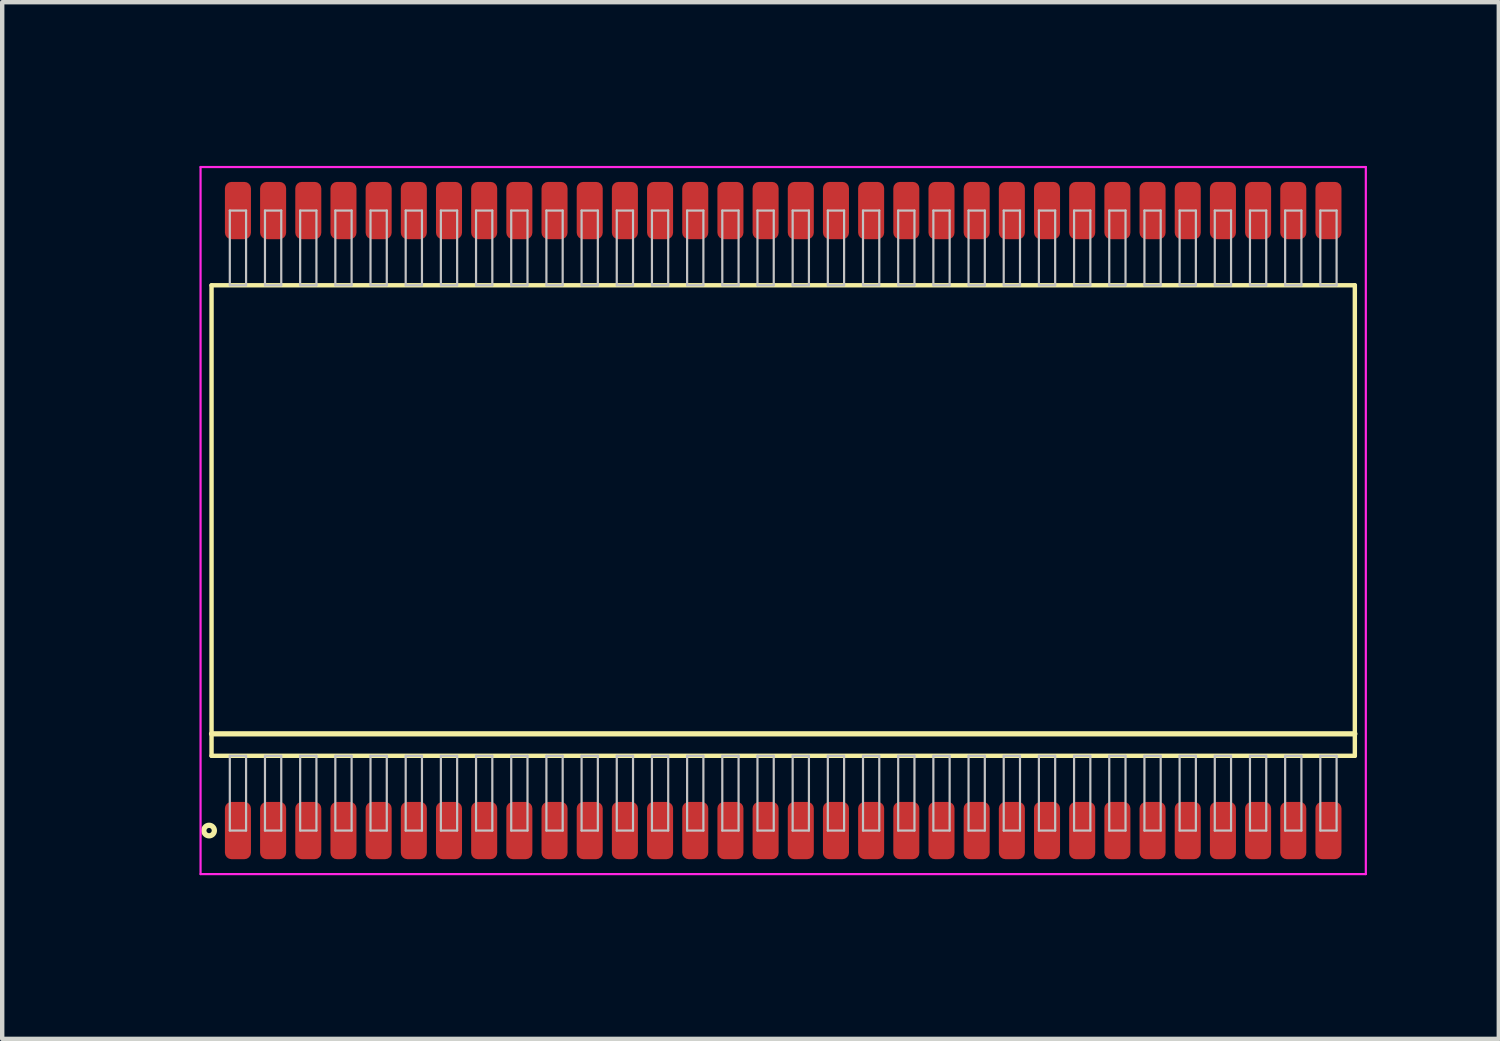
<source format=kicad_pcb>
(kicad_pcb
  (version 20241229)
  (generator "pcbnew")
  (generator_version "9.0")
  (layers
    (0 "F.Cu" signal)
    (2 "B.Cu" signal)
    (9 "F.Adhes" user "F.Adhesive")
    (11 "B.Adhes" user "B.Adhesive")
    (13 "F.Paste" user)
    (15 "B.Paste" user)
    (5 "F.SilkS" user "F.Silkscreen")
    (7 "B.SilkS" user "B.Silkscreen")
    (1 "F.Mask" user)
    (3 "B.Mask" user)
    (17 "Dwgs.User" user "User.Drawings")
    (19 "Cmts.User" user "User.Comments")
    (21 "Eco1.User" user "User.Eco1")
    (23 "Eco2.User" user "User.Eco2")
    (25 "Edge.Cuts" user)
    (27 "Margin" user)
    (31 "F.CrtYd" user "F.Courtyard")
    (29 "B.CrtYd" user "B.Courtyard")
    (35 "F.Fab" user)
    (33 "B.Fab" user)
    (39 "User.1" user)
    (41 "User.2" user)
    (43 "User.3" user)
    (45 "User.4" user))
  (footprint "SOP80P2600x1410-64"
    (layer "F.Cu")
    (at 14.761 8.788)
    (property "Reference" "SOP80P2600x1410-64" (at -14 0 90) (layer "User.1") (effects (font (size 1 1) (thickness 0.1))))
    (attr through_hole)
    (fp_line (start -13 -5.35) (end -13 5.35) (stroke (width 0.1) (type solid)) (layer "F.SilkS"))
    (fp_line (start -13 4.85) (end 13 4.85) (stroke (width 0.12) (type solid)) (layer "F.SilkS"))
    (fp_line (start -13 5.35) (end 13 5.35) (stroke (width 0.1) (type solid)) (layer "F.SilkS"))
    (fp_line (start 13 -5.35) (end -13 -5.35) (stroke (width 0.1) (type solid)) (layer "F.SilkS"))
    (fp_line (start 13 5.35) (end 13 -5.35) (stroke (width 0.1) (type solid)) (layer "F.SilkS"))
    (fp_circle (center -13.056 7.05) (end -12.936 7.05) (stroke (width 0.12) (type solid)) (fill no) (layer "F.SilkS"))
    (fp_line (start -12.585 -7.05) (end -12.585 -5.35) (stroke (width 0.05) (type solid)) (layer "Dwgs.User"))
    (fp_line (start -12.585 -5.35) (end -12.215 -5.35) (stroke (width 0.05) (type solid)) (layer "Dwgs.User"))
    (fp_line (start -12.585 5.35) (end -12.215 5.35) (stroke (width 0.05) (type solid)) (layer "Dwgs.User"))
    (fp_line (start -12.585 7.05) (end -12.585 5.35) (stroke (width 0.05) (type solid)) (layer "Dwgs.User"))
    (fp_line (start -12.215 -7.05) (end -12.585 -7.05) (stroke (width 0.05) (type solid)) (layer "Dwgs.User"))
    (fp_line (start -12.215 -5.35) (end -12.215 -7.05) (stroke (width 0.05) (type solid)) (layer "Dwgs.User"))
    (fp_line (start -12.215 5.35) (end -12.215 7.05) (stroke (width 0.05) (type solid)) (layer "Dwgs.User"))
    (fp_line (start -12.215 7.05) (end -12.585 7.05) (stroke (width 0.05) (type solid)) (layer "Dwgs.User"))
    (fp_line (start -11.785 -7.05) (end -11.785 -5.35) (stroke (width 0.05) (type solid)) (layer "Dwgs.User"))
    (fp_line (start -11.785 -5.35) (end -11.415 -5.35) (stroke (width 0.05) (type solid)) (layer "Dwgs.User"))
    (fp_line (start -11.785 5.35) (end -11.415 5.35) (stroke (width 0.05) (type solid)) (layer "Dwgs.User"))
    (fp_line (start -11.785 7.05) (end -11.785 5.35) (stroke (width 0.05) (type solid)) (layer "Dwgs.User"))
    (fp_line (start -11.415 -7.05) (end -11.785 -7.05) (stroke (width 0.05) (type solid)) (layer "Dwgs.User"))
    (fp_line (start -11.415 -5.35) (end -11.415 -7.05) (stroke (width 0.05) (type solid)) (layer "Dwgs.User"))
    (fp_line (start -11.415 5.35) (end -11.415 7.05) (stroke (width 0.05) (type solid)) (layer "Dwgs.User"))
    (fp_line (start -11.415 7.05) (end -11.785 7.05) (stroke (width 0.05) (type solid)) (layer "Dwgs.User"))
    (fp_line (start -10.985 -7.05) (end -10.985 -5.35) (stroke (width 0.05) (type solid)) (layer "Dwgs.User"))
    (fp_line (start -10.985 -5.35) (end -10.615 -5.35) (stroke (width 0.05) (type solid)) (layer "Dwgs.User"))
    (fp_line (start -10.985 5.35) (end -10.615 5.35) (stroke (width 0.05) (type solid)) (layer "Dwgs.User"))
    (fp_line (start -10.985 7.05) (end -10.985 5.35) (stroke (width 0.05) (type solid)) (layer "Dwgs.User"))
    (fp_line (start -10.615 -7.05) (end -10.985 -7.05) (stroke (width 0.05) (type solid)) (layer "Dwgs.User"))
    (fp_line (start -10.615 -5.35) (end -10.615 -7.05) (stroke (width 0.05) (type solid)) (layer "Dwgs.User"))
    (fp_line (start -10.615 5.35) (end -10.615 7.05) (stroke (width 0.05) (type solid)) (layer "Dwgs.User"))
    (fp_line (start -10.615 7.05) (end -10.985 7.05) (stroke (width 0.05) (type solid)) (layer "Dwgs.User"))
    (fp_line (start -10.185 -7.05) (end -10.185 -5.35) (stroke (width 0.05) (type solid)) (layer "Dwgs.User"))
    (fp_line (start -10.185 -5.35) (end -9.815 -5.35) (stroke (width 0.05) (type solid)) (layer "Dwgs.User"))
    (fp_line (start -10.185 5.35) (end -9.815 5.35) (stroke (width 0.05) (type solid)) (layer "Dwgs.User"))
    (fp_line (start -10.185 7.05) (end -10.185 5.35) (stroke (width 0.05) (type solid)) (layer "Dwgs.User"))
    (fp_line (start -9.815 -7.05) (end -10.185 -7.05) (stroke (width 0.05) (type solid)) (layer "Dwgs.User"))
    (fp_line (start -9.815 -5.35) (end -9.815 -7.05) (stroke (width 0.05) (type solid)) (layer "Dwgs.User"))
    (fp_line (start -9.815 5.35) (end -9.815 7.05) (stroke (width 0.05) (type solid)) (layer "Dwgs.User"))
    (fp_line (start -9.815 7.05) (end -10.185 7.05) (stroke (width 0.05) (type solid)) (layer "Dwgs.User"))
    (fp_line (start -9.385 -7.05) (end -9.385 -5.35) (stroke (width 0.05) (type solid)) (layer "Dwgs.User"))
    (fp_line (start -9.385 -5.35) (end -9.015 -5.35) (stroke (width 0.05) (type solid)) (layer "Dwgs.User"))
    (fp_line (start -9.385 5.35) (end -9.015 5.35) (stroke (width 0.05) (type solid)) (layer "Dwgs.User"))
    (fp_line (start -9.385 7.05) (end -9.385 5.35) (stroke (width 0.05) (type solid)) (layer "Dwgs.User"))
    (fp_line (start -9.015 -7.05) (end -9.385 -7.05) (stroke (width 0.05) (type solid)) (layer "Dwgs.User"))
    (fp_line (start -9.015 -5.35) (end -9.015 -7.05) (stroke (width 0.05) (type solid)) (layer "Dwgs.User"))
    (fp_line (start -9.015 5.35) (end -9.015 7.05) (stroke (width 0.05) (type solid)) (layer "Dwgs.User"))
    (fp_line (start -9.015 7.05) (end -9.385 7.05) (stroke (width 0.05) (type solid)) (layer "Dwgs.User"))
    (fp_line (start -8.585 -7.05) (end -8.585 -5.35) (stroke (width 0.05) (type solid)) (layer "Dwgs.User"))
    (fp_line (start -8.585 -5.35) (end -8.215 -5.35) (stroke (width 0.05) (type solid)) (layer "Dwgs.User"))
    (fp_line (start -8.585 5.35) (end -8.215 5.35) (stroke (width 0.05) (type solid)) (layer "Dwgs.User"))
    (fp_line (start -8.585 7.05) (end -8.585 5.35) (stroke (width 0.05) (type solid)) (layer "Dwgs.User"))
    (fp_line (start -8.215 -7.05) (end -8.585 -7.05) (stroke (width 0.05) (type solid)) (layer "Dwgs.User"))
    (fp_line (start -8.215 -5.35) (end -8.215 -7.05) (stroke (width 0.05) (type solid)) (layer "Dwgs.User"))
    (fp_line (start -8.215 5.35) (end -8.215 7.05) (stroke (width 0.05) (type solid)) (layer "Dwgs.User"))
    (fp_line (start -8.215 7.05) (end -8.585 7.05) (stroke (width 0.05) (type solid)) (layer "Dwgs.User"))
    (fp_line (start -7.785 -7.05) (end -7.785 -5.35) (stroke (width 0.05) (type solid)) (layer "Dwgs.User"))
    (fp_line (start -7.785 -5.35) (end -7.415 -5.35) (stroke (width 0.05) (type solid)) (layer "Dwgs.User"))
    (fp_line (start -7.785 5.35) (end -7.415 5.35) (stroke (width 0.05) (type solid)) (layer "Dwgs.User"))
    (fp_line (start -7.785 7.05) (end -7.785 5.35) (stroke (width 0.05) (type solid)) (layer "Dwgs.User"))
    (fp_line (start -7.415 -7.05) (end -7.785 -7.05) (stroke (width 0.05) (type solid)) (layer "Dwgs.User"))
    (fp_line (start -7.415 -5.35) (end -7.415 -7.05) (stroke (width 0.05) (type solid)) (layer "Dwgs.User"))
    (fp_line (start -7.415 5.35) (end -7.415 7.05) (stroke (width 0.05) (type solid)) (layer "Dwgs.User"))
    (fp_line (start -7.415 7.05) (end -7.785 7.05) (stroke (width 0.05) (type solid)) (layer "Dwgs.User"))
    (fp_line (start -6.985 -7.05) (end -6.985 -5.35) (stroke (width 0.05) (type solid)) (layer "Dwgs.User"))
    (fp_line (start -6.985 -5.35) (end -6.615 -5.35) (stroke (width 0.05) (type solid)) (layer "Dwgs.User"))
    (fp_line (start -6.985 5.35) (end -6.615 5.35) (stroke (width 0.05) (type solid)) (layer "Dwgs.User"))
    (fp_line (start -6.985 7.05) (end -6.985 5.35) (stroke (width 0.05) (type solid)) (layer "Dwgs.User"))
    (fp_line (start -6.615 -7.05) (end -6.985 -7.05) (stroke (width 0.05) (type solid)) (layer "Dwgs.User"))
    (fp_line (start -6.615 -5.35) (end -6.615 -7.05) (stroke (width 0.05) (type solid)) (layer "Dwgs.User"))
    (fp_line (start -6.615 5.35) (end -6.615 7.05) (stroke (width 0.05) (type solid)) (layer "Dwgs.User"))
    (fp_line (start -6.615 7.05) (end -6.985 7.05) (stroke (width 0.05) (type solid)) (layer "Dwgs.User"))
    (fp_line (start -6.185 -7.05) (end -6.185 -5.35) (stroke (width 0.05) (type solid)) (layer "Dwgs.User"))
    (fp_line (start -6.185 -5.35) (end -5.815 -5.35) (stroke (width 0.05) (type solid)) (layer "Dwgs.User"))
    (fp_line (start -6.185 5.35) (end -5.815 5.35) (stroke (width 0.05) (type solid)) (layer "Dwgs.User"))
    (fp_line (start -6.185 7.05) (end -6.185 5.35) (stroke (width 0.05) (type solid)) (layer "Dwgs.User"))
    (fp_line (start -5.815 -7.05) (end -6.185 -7.05) (stroke (width 0.05) (type solid)) (layer "Dwgs.User"))
    (fp_line (start -5.815 -5.35) (end -5.815 -7.05) (stroke (width 0.05) (type solid)) (layer "Dwgs.User"))
    (fp_line (start -5.815 5.35) (end -5.815 7.05) (stroke (width 0.05) (type solid)) (layer "Dwgs.User"))
    (fp_line (start -5.815 7.05) (end -6.185 7.05) (stroke (width 0.05) (type solid)) (layer "Dwgs.User"))
    (fp_line (start -5.385 -7.05) (end -5.385 -5.35) (stroke (width 0.05) (type solid)) (layer "Dwgs.User"))
    (fp_line (start -5.385 -5.35) (end -5.015 -5.35) (stroke (width 0.05) (type solid)) (layer "Dwgs.User"))
    (fp_line (start -5.385 5.35) (end -5.015 5.35) (stroke (width 0.05) (type solid)) (layer "Dwgs.User"))
    (fp_line (start -5.385 7.05) (end -5.385 5.35) (stroke (width 0.05) (type solid)) (layer "Dwgs.User"))
    (fp_line (start -5.015 -7.05) (end -5.385 -7.05) (stroke (width 0.05) (type solid)) (layer "Dwgs.User"))
    (fp_line (start -5.015 -5.35) (end -5.015 -7.05) (stroke (width 0.05) (type solid)) (layer "Dwgs.User"))
    (fp_line (start -5.015 5.35) (end -5.015 7.05) (stroke (width 0.05) (type solid)) (layer "Dwgs.User"))
    (fp_line (start -5.015 7.05) (end -5.385 7.05) (stroke (width 0.05) (type solid)) (layer "Dwgs.User"))
    (fp_line (start -4.585 -7.05) (end -4.585 -5.35) (stroke (width 0.05) (type solid)) (layer "Dwgs.User"))
    (fp_line (start -4.585 -5.35) (end -4.215 -5.35) (stroke (width 0.05) (type solid)) (layer "Dwgs.User"))
    (fp_line (start -4.585 5.35) (end -4.215 5.35) (stroke (width 0.05) (type solid)) (layer "Dwgs.User"))
    (fp_line (start -4.585 7.05) (end -4.585 5.35) (stroke (width 0.05) (type solid)) (layer "Dwgs.User"))
    (fp_line (start -4.215 -7.05) (end -4.585 -7.05) (stroke (width 0.05) (type solid)) (layer "Dwgs.User"))
    (fp_line (start -4.215 -5.35) (end -4.215 -7.05) (stroke (width 0.05) (type solid)) (layer "Dwgs.User"))
    (fp_line (start -4.215 5.35) (end -4.215 7.05) (stroke (width 0.05) (type solid)) (layer "Dwgs.User"))
    (fp_line (start -4.215 7.05) (end -4.585 7.05) (stroke (width 0.05) (type solid)) (layer "Dwgs.User"))
    (fp_line (start -3.785 -7.05) (end -3.785 -5.35) (stroke (width 0.05) (type solid)) (layer "Dwgs.User"))
    (fp_line (start -3.785 -5.35) (end -3.415 -5.35) (stroke (width 0.05) (type solid)) (layer "Dwgs.User"))
    (fp_line (start -3.785 5.35) (end -3.415 5.35) (stroke (width 0.05) (type solid)) (layer "Dwgs.User"))
    (fp_line (start -3.785 7.05) (end -3.785 5.35) (stroke (width 0.05) (type solid)) (layer "Dwgs.User"))
    (fp_line (start -3.415 -7.05) (end -3.785 -7.05) (stroke (width 0.05) (type solid)) (layer "Dwgs.User"))
    (fp_line (start -3.415 -5.35) (end -3.415 -7.05) (stroke (width 0.05) (type solid)) (layer "Dwgs.User"))
    (fp_line (start -3.415 5.35) (end -3.415 7.05) (stroke (width 0.05) (type solid)) (layer "Dwgs.User"))
    (fp_line (start -3.415 7.05) (end -3.785 7.05) (stroke (width 0.05) (type solid)) (layer "Dwgs.User"))
    (fp_line (start -2.985 -7.05) (end -2.985 -5.35) (stroke (width 0.05) (type solid)) (layer "Dwgs.User"))
    (fp_line (start -2.985 -5.35) (end -2.615 -5.35) (stroke (width 0.05) (type solid)) (layer "Dwgs.User"))
    (fp_line (start -2.985 5.35) (end -2.615 5.35) (stroke (width 0.05) (type solid)) (layer "Dwgs.User"))
    (fp_line (start -2.985 7.05) (end -2.985 5.35) (stroke (width 0.05) (type solid)) (layer "Dwgs.User"))
    (fp_line (start -2.615 -7.05) (end -2.985 -7.05) (stroke (width 0.05) (type solid)) (layer "Dwgs.User"))
    (fp_line (start -2.615 -5.35) (end -2.615 -7.05) (stroke (width 0.05) (type solid)) (layer "Dwgs.User"))
    (fp_line (start -2.615 5.35) (end -2.615 7.05) (stroke (width 0.05) (type solid)) (layer "Dwgs.User"))
    (fp_line (start -2.615 7.05) (end -2.985 7.05) (stroke (width 0.05) (type solid)) (layer "Dwgs.User"))
    (fp_line (start -2.185 -7.05) (end -2.185 -5.35) (stroke (width 0.05) (type solid)) (layer "Dwgs.User"))
    (fp_line (start -2.185 -5.35) (end -1.815 -5.35) (stroke (width 0.05) (type solid)) (layer "Dwgs.User"))
    (fp_line (start -2.185 5.35) (end -1.815 5.35) (stroke (width 0.05) (type solid)) (layer "Dwgs.User"))
    (fp_line (start -2.185 7.05) (end -2.185 5.35) (stroke (width 0.05) (type solid)) (layer "Dwgs.User"))
    (fp_line (start -1.815 -7.05) (end -2.185 -7.05) (stroke (width 0.05) (type solid)) (layer "Dwgs.User"))
    (fp_line (start -1.815 -5.35) (end -1.815 -7.05) (stroke (width 0.05) (type solid)) (layer "Dwgs.User"))
    (fp_line (start -1.815 5.35) (end -1.815 7.05) (stroke (width 0.05) (type solid)) (layer "Dwgs.User"))
    (fp_line (start -1.815 7.05) (end -2.185 7.05) (stroke (width 0.05) (type solid)) (layer "Dwgs.User"))
    (fp_line (start -1.385 -7.05) (end -1.385 -5.35) (stroke (width 0.05) (type solid)) (layer "Dwgs.User"))
    (fp_line (start -1.385 -5.35) (end -1.015 -5.35) (stroke (width 0.05) (type solid)) (layer "Dwgs.User"))
    (fp_line (start -1.385 5.35) (end -1.015 5.35) (stroke (width 0.05) (type solid)) (layer "Dwgs.User"))
    (fp_line (start -1.385 7.05) (end -1.385 5.35) (stroke (width 0.05) (type solid)) (layer "Dwgs.User"))
    (fp_line (start -1.015 -7.05) (end -1.385 -7.05) (stroke (width 0.05) (type solid)) (layer "Dwgs.User"))
    (fp_line (start -1.015 -5.35) (end -1.015 -7.05) (stroke (width 0.05) (type solid)) (layer "Dwgs.User"))
    (fp_line (start -1.015 5.35) (end -1.015 7.05) (stroke (width 0.05) (type solid)) (layer "Dwgs.User"))
    (fp_line (start -1.015 7.05) (end -1.385 7.05) (stroke (width 0.05) (type solid)) (layer "Dwgs.User"))
    (fp_line (start -0.585 -7.05) (end -0.585 -5.35) (stroke (width 0.05) (type solid)) (layer "Dwgs.User"))
    (fp_line (start -0.585 -5.35) (end -0.215 -5.35) (stroke (width 0.05) (type solid)) (layer "Dwgs.User"))
    (fp_line (start -0.585 5.35) (end -0.215 5.35) (stroke (width 0.05) (type solid)) (layer "Dwgs.User"))
    (fp_line (start -0.585 7.05) (end -0.585 5.35) (stroke (width 0.05) (type solid)) (layer "Dwgs.User"))
    (fp_line (start -0.215 -7.05) (end -0.585 -7.05) (stroke (width 0.05) (type solid)) (layer "Dwgs.User"))
    (fp_line (start -0.215 -5.35) (end -0.215 -7.05) (stroke (width 0.05) (type solid)) (layer "Dwgs.User"))
    (fp_line (start -0.215 5.35) (end -0.215 7.05) (stroke (width 0.05) (type solid)) (layer "Dwgs.User"))
    (fp_line (start -0.215 7.05) (end -0.585 7.05) (stroke (width 0.05) (type solid)) (layer "Dwgs.User"))
    (fp_line (start 0.215 -7.05) (end 0.215 -5.35) (stroke (width 0.05) (type solid)) (layer "Dwgs.User"))
    (fp_line (start 0.215 -5.35) (end 0.585 -5.35) (stroke (width 0.05) (type solid)) (layer "Dwgs.User"))
    (fp_line (start 0.215 5.35) (end 0.585 5.35) (stroke (width 0.05) (type solid)) (layer "Dwgs.User"))
    (fp_line (start 0.215 7.05) (end 0.215 5.35) (stroke (width 0.05) (type solid)) (layer "Dwgs.User"))
    (fp_line (start 0.585 -7.05) (end 0.215 -7.05) (stroke (width 0.05) (type solid)) (layer "Dwgs.User"))
    (fp_line (start 0.585 -5.35) (end 0.585 -7.05) (stroke (width 0.05) (type solid)) (layer "Dwgs.User"))
    (fp_line (start 0.585 5.35) (end 0.585 7.05) (stroke (width 0.05) (type solid)) (layer "Dwgs.User"))
    (fp_line (start 0.585 7.05) (end 0.215 7.05) (stroke (width 0.05) (type solid)) (layer "Dwgs.User"))
    (fp_line (start 1.015 -7.05) (end 1.015 -5.35) (stroke (width 0.05) (type solid)) (layer "Dwgs.User"))
    (fp_line (start 1.015 -5.35) (end 1.385 -5.35) (stroke (width 0.05) (type solid)) (layer "Dwgs.User"))
    (fp_line (start 1.015 5.35) (end 1.385 5.35) (stroke (width 0.05) (type solid)) (layer "Dwgs.User"))
    (fp_line (start 1.015 7.05) (end 1.015 5.35) (stroke (width 0.05) (type solid)) (layer "Dwgs.User"))
    (fp_line (start 1.385 -7.05) (end 1.015 -7.05) (stroke (width 0.05) (type solid)) (layer "Dwgs.User"))
    (fp_line (start 1.385 -5.35) (end 1.385 -7.05) (stroke (width 0.05) (type solid)) (layer "Dwgs.User"))
    (fp_line (start 1.385 5.35) (end 1.385 7.05) (stroke (width 0.05) (type solid)) (layer "Dwgs.User"))
    (fp_line (start 1.385 7.05) (end 1.015 7.05) (stroke (width 0.05) (type solid)) (layer "Dwgs.User"))
    (fp_line (start 1.815 -7.05) (end 1.815 -5.35) (stroke (width 0.05) (type solid)) (layer "Dwgs.User"))
    (fp_line (start 1.815 -5.35) (end 2.185 -5.35) (stroke (width 0.05) (type solid)) (layer "Dwgs.User"))
    (fp_line (start 1.815 5.35) (end 2.185 5.35) (stroke (width 0.05) (type solid)) (layer "Dwgs.User"))
    (fp_line (start 1.815 7.05) (end 1.815 5.35) (stroke (width 0.05) (type solid)) (layer "Dwgs.User"))
    (fp_line (start 2.185 -7.05) (end 1.815 -7.05) (stroke (width 0.05) (type solid)) (layer "Dwgs.User"))
    (fp_line (start 2.185 -5.35) (end 2.185 -7.05) (stroke (width 0.05) (type solid)) (layer "Dwgs.User"))
    (fp_line (start 2.185 5.35) (end 2.185 7.05) (stroke (width 0.05) (type solid)) (layer "Dwgs.User"))
    (fp_line (start 2.185 7.05) (end 1.815 7.05) (stroke (width 0.05) (type solid)) (layer "Dwgs.User"))
    (fp_line (start 2.615 -7.05) (end 2.615 -5.35) (stroke (width 0.05) (type solid)) (layer "Dwgs.User"))
    (fp_line (start 2.615 -5.35) (end 2.985 -5.35) (stroke (width 0.05) (type solid)) (layer "Dwgs.User"))
    (fp_line (start 2.615 5.35) (end 2.985 5.35) (stroke (width 0.05) (type solid)) (layer "Dwgs.User"))
    (fp_line (start 2.615 7.05) (end 2.615 5.35) (stroke (width 0.05) (type solid)) (layer "Dwgs.User"))
    (fp_line (start 2.985 -7.05) (end 2.615 -7.05) (stroke (width 0.05) (type solid)) (layer "Dwgs.User"))
    (fp_line (start 2.985 -5.35) (end 2.985 -7.05) (stroke (width 0.05) (type solid)) (layer "Dwgs.User"))
    (fp_line (start 2.985 5.35) (end 2.985 7.05) (stroke (width 0.05) (type solid)) (layer "Dwgs.User"))
    (fp_line (start 2.985 7.05) (end 2.615 7.05) (stroke (width 0.05) (type solid)) (layer "Dwgs.User"))
    (fp_line (start 3.415 -7.05) (end 3.415 -5.35) (stroke (width 0.05) (type solid)) (layer "Dwgs.User"))
    (fp_line (start 3.415 -5.35) (end 3.785 -5.35) (stroke (width 0.05) (type solid)) (layer "Dwgs.User"))
    (fp_line (start 3.415 5.35) (end 3.785 5.35) (stroke (width 0.05) (type solid)) (layer "Dwgs.User"))
    (fp_line (start 3.415 7.05) (end 3.415 5.35) (stroke (width 0.05) (type solid)) (layer "Dwgs.User"))
    (fp_line (start 3.785 -7.05) (end 3.415 -7.05) (stroke (width 0.05) (type solid)) (layer "Dwgs.User"))
    (fp_line (start 3.785 -5.35) (end 3.785 -7.05) (stroke (width 0.05) (type solid)) (layer "Dwgs.User"))
    (fp_line (start 3.785 5.35) (end 3.785 7.05) (stroke (width 0.05) (type solid)) (layer "Dwgs.User"))
    (fp_line (start 3.785 7.05) (end 3.415 7.05) (stroke (width 0.05) (type solid)) (layer "Dwgs.User"))
    (fp_line (start 4.215 -7.05) (end 4.215 -5.35) (stroke (width 0.05) (type solid)) (layer "Dwgs.User"))
    (fp_line (start 4.215 -5.35) (end 4.585 -5.35) (stroke (width 0.05) (type solid)) (layer "Dwgs.User"))
    (fp_line (start 4.215 5.35) (end 4.585 5.35) (stroke (width 0.05) (type solid)) (layer "Dwgs.User"))
    (fp_line (start 4.215 7.05) (end 4.215 5.35) (stroke (width 0.05) (type solid)) (layer "Dwgs.User"))
    (fp_line (start 4.585 -7.05) (end 4.215 -7.05) (stroke (width 0.05) (type solid)) (layer "Dwgs.User"))
    (fp_line (start 4.585 -5.35) (end 4.585 -7.05) (stroke (width 0.05) (type solid)) (layer "Dwgs.User"))
    (fp_line (start 4.585 5.35) (end 4.585 7.05) (stroke (width 0.05) (type solid)) (layer "Dwgs.User"))
    (fp_line (start 4.585 7.05) (end 4.215 7.05) (stroke (width 0.05) (type solid)) (layer "Dwgs.User"))
    (fp_line (start 5.015 -7.05) (end 5.015 -5.35) (stroke (width 0.05) (type solid)) (layer "Dwgs.User"))
    (fp_line (start 5.015 -5.35) (end 5.385 -5.35) (stroke (width 0.05) (type solid)) (layer "Dwgs.User"))
    (fp_line (start 5.015 5.35) (end 5.385 5.35) (stroke (width 0.05) (type solid)) (layer "Dwgs.User"))
    (fp_line (start 5.015 7.05) (end 5.015 5.35) (stroke (width 0.05) (type solid)) (layer "Dwgs.User"))
    (fp_line (start 5.385 -7.05) (end 5.015 -7.05) (stroke (width 0.05) (type solid)) (layer "Dwgs.User"))
    (fp_line (start 5.385 -5.35) (end 5.385 -7.05) (stroke (width 0.05) (type solid)) (layer "Dwgs.User"))
    (fp_line (start 5.385 5.35) (end 5.385 7.05) (stroke (width 0.05) (type solid)) (layer "Dwgs.User"))
    (fp_line (start 5.385 7.05) (end 5.015 7.05) (stroke (width 0.05) (type solid)) (layer "Dwgs.User"))
    (fp_line (start 5.815 -7.05) (end 5.815 -5.35) (stroke (width 0.05) (type solid)) (layer "Dwgs.User"))
    (fp_line (start 5.815 -5.35) (end 6.185 -5.35) (stroke (width 0.05) (type solid)) (layer "Dwgs.User"))
    (fp_line (start 5.815 5.35) (end 6.185 5.35) (stroke (width 0.05) (type solid)) (layer "Dwgs.User"))
    (fp_line (start 5.815 7.05) (end 5.815 5.35) (stroke (width 0.05) (type solid)) (layer "Dwgs.User"))
    (fp_line (start 6.185 -7.05) (end 5.815 -7.05) (stroke (width 0.05) (type solid)) (layer "Dwgs.User"))
    (fp_line (start 6.185 -5.35) (end 6.185 -7.05) (stroke (width 0.05) (type solid)) (layer "Dwgs.User"))
    (fp_line (start 6.185 5.35) (end 6.185 7.05) (stroke (width 0.05) (type solid)) (layer "Dwgs.User"))
    (fp_line (start 6.185 7.05) (end 5.815 7.05) (stroke (width 0.05) (type solid)) (layer "Dwgs.User"))
    (fp_line (start 6.615 -7.05) (end 6.615 -5.35) (stroke (width 0.05) (type solid)) (layer "Dwgs.User"))
    (fp_line (start 6.615 -5.35) (end 6.985 -5.35) (stroke (width 0.05) (type solid)) (layer "Dwgs.User"))
    (fp_line (start 6.615 5.35) (end 6.985 5.35) (stroke (width 0.05) (type solid)) (layer "Dwgs.User"))
    (fp_line (start 6.615 7.05) (end 6.615 5.35) (stroke (width 0.05) (type solid)) (layer "Dwgs.User"))
    (fp_line (start 6.985 -7.05) (end 6.615 -7.05) (stroke (width 0.05) (type solid)) (layer "Dwgs.User"))
    (fp_line (start 6.985 -5.35) (end 6.985 -7.05) (stroke (width 0.05) (type solid)) (layer "Dwgs.User"))
    (fp_line (start 6.985 5.35) (end 6.985 7.05) (stroke (width 0.05) (type solid)) (layer "Dwgs.User"))
    (fp_line (start 6.985 7.05) (end 6.615 7.05) (stroke (width 0.05) (type solid)) (layer "Dwgs.User"))
    (fp_line (start 7.415 -7.05) (end 7.415 -5.35) (stroke (width 0.05) (type solid)) (layer "Dwgs.User"))
    (fp_line (start 7.415 -5.35) (end 7.785 -5.35) (stroke (width 0.05) (type solid)) (layer "Dwgs.User"))
    (fp_line (start 7.415 5.35) (end 7.785 5.35) (stroke (width 0.05) (type solid)) (layer "Dwgs.User"))
    (fp_line (start 7.415 7.05) (end 7.415 5.35) (stroke (width 0.05) (type solid)) (layer "Dwgs.User"))
    (fp_line (start 7.785 -7.05) (end 7.415 -7.05) (stroke (width 0.05) (type solid)) (layer "Dwgs.User"))
    (fp_line (start 7.785 -5.35) (end 7.785 -7.05) (stroke (width 0.05) (type solid)) (layer "Dwgs.User"))
    (fp_line (start 7.785 5.35) (end 7.785 7.05) (stroke (width 0.05) (type solid)) (layer "Dwgs.User"))
    (fp_line (start 7.785 7.05) (end 7.415 7.05) (stroke (width 0.05) (type solid)) (layer "Dwgs.User"))
    (fp_line (start 8.215 -7.05) (end 8.215 -5.35) (stroke (width 0.05) (type solid)) (layer "Dwgs.User"))
    (fp_line (start 8.215 -5.35) (end 8.585 -5.35) (stroke (width 0.05) (type solid)) (layer "Dwgs.User"))
    (fp_line (start 8.215 5.35) (end 8.585 5.35) (stroke (width 0.05) (type solid)) (layer "Dwgs.User"))
    (fp_line (start 8.215 7.05) (end 8.215 5.35) (stroke (width 0.05) (type solid)) (layer "Dwgs.User"))
    (fp_line (start 8.585 -7.05) (end 8.215 -7.05) (stroke (width 0.05) (type solid)) (layer "Dwgs.User"))
    (fp_line (start 8.585 -5.35) (end 8.585 -7.05) (stroke (width 0.05) (type solid)) (layer "Dwgs.User"))
    (fp_line (start 8.585 5.35) (end 8.585 7.05) (stroke (width 0.05) (type solid)) (layer "Dwgs.User"))
    (fp_line (start 8.585 7.05) (end 8.215 7.05) (stroke (width 0.05) (type solid)) (layer "Dwgs.User"))
    (fp_line (start 9.015 -7.05) (end 9.015 -5.35) (stroke (width 0.05) (type solid)) (layer "Dwgs.User"))
    (fp_line (start 9.015 -5.35) (end 9.385 -5.35) (stroke (width 0.05) (type solid)) (layer "Dwgs.User"))
    (fp_line (start 9.015 5.35) (end 9.385 5.35) (stroke (width 0.05) (type solid)) (layer "Dwgs.User"))
    (fp_line (start 9.015 7.05) (end 9.015 5.35) (stroke (width 0.05) (type solid)) (layer "Dwgs.User"))
    (fp_line (start 9.385 -7.05) (end 9.015 -7.05) (stroke (width 0.05) (type solid)) (layer "Dwgs.User"))
    (fp_line (start 9.385 -5.35) (end 9.385 -7.05) (stroke (width 0.05) (type solid)) (layer "Dwgs.User"))
    (fp_line (start 9.385 5.35) (end 9.385 7.05) (stroke (width 0.05) (type solid)) (layer "Dwgs.User"))
    (fp_line (start 9.385 7.05) (end 9.015 7.05) (stroke (width 0.05) (type solid)) (layer "Dwgs.User"))
    (fp_line (start 9.815 -7.05) (end 9.815 -5.35) (stroke (width 0.05) (type solid)) (layer "Dwgs.User"))
    (fp_line (start 9.815 -5.35) (end 10.185 -5.35) (stroke (width 0.05) (type solid)) (layer "Dwgs.User"))
    (fp_line (start 9.815 5.35) (end 10.185 5.35) (stroke (width 0.05) (type solid)) (layer "Dwgs.User"))
    (fp_line (start 9.815 7.05) (end 9.815 5.35) (stroke (width 0.05) (type solid)) (layer "Dwgs.User"))
    (fp_line (start 10.185 -7.05) (end 9.815 -7.05) (stroke (width 0.05) (type solid)) (layer "Dwgs.User"))
    (fp_line (start 10.185 -5.35) (end 10.185 -7.05) (stroke (width 0.05) (type solid)) (layer "Dwgs.User"))
    (fp_line (start 10.185 5.35) (end 10.185 7.05) (stroke (width 0.05) (type solid)) (layer "Dwgs.User"))
    (fp_line (start 10.185 7.05) (end 9.815 7.05) (stroke (width 0.05) (type solid)) (layer "Dwgs.User"))
    (fp_line (start 10.615 -7.05) (end 10.615 -5.35) (stroke (width 0.05) (type solid)) (layer "Dwgs.User"))
    (fp_line (start 10.615 -5.35) (end 10.985 -5.35) (stroke (width 0.05) (type solid)) (layer "Dwgs.User"))
    (fp_line (start 10.615 5.35) (end 10.985 5.35) (stroke (width 0.05) (type solid)) (layer "Dwgs.User"))
    (fp_line (start 10.615 7.05) (end 10.615 5.35) (stroke (width 0.05) (type solid)) (layer "Dwgs.User"))
    (fp_line (start 10.985 -7.05) (end 10.615 -7.05) (stroke (width 0.05) (type solid)) (layer "Dwgs.User"))
    (fp_line (start 10.985 -5.35) (end 10.985 -7.05) (stroke (width 0.05) (type solid)) (layer "Dwgs.User"))
    (fp_line (start 10.985 5.35) (end 10.985 7.05) (stroke (width 0.05) (type solid)) (layer "Dwgs.User"))
    (fp_line (start 10.985 7.05) (end 10.615 7.05) (stroke (width 0.05) (type solid)) (layer "Dwgs.User"))
    (fp_line (start 11.415 -7.05) (end 11.415 -5.35) (stroke (width 0.05) (type solid)) (layer "Dwgs.User"))
    (fp_line (start 11.415 -5.35) (end 11.785 -5.35) (stroke (width 0.05) (type solid)) (layer "Dwgs.User"))
    (fp_line (start 11.415 5.35) (end 11.785 5.35) (stroke (width 0.05) (type solid)) (layer "Dwgs.User"))
    (fp_line (start 11.415 7.05) (end 11.415 5.35) (stroke (width 0.05) (type solid)) (layer "Dwgs.User"))
    (fp_line (start 11.785 -7.05) (end 11.415 -7.05) (stroke (width 0.05) (type solid)) (layer "Dwgs.User"))
    (fp_line (start 11.785 -5.35) (end 11.785 -7.05) (stroke (width 0.05) (type solid)) (layer "Dwgs.User"))
    (fp_line (start 11.785 5.35) (end 11.785 7.05) (stroke (width 0.05) (type solid)) (layer "Dwgs.User"))
    (fp_line (start 11.785 7.05) (end 11.415 7.05) (stroke (width 0.05) (type solid)) (layer "Dwgs.User"))
    (fp_line (start 12.215 -7.05) (end 12.215 -5.35) (stroke (width 0.05) (type solid)) (layer "Dwgs.User"))
    (fp_line (start 12.215 -5.35) (end 12.585 -5.35) (stroke (width 0.05) (type solid)) (layer "Dwgs.User"))
    (fp_line (start 12.215 5.35) (end 12.585 5.35) (stroke (width 0.05) (type solid)) (layer "Dwgs.User"))
    (fp_line (start 12.215 7.05) (end 12.215 5.35) (stroke (width 0.05) (type solid)) (layer "Dwgs.User"))
    (fp_line (start 12.585 -7.05) (end 12.215 -7.05) (stroke (width 0.05) (type solid)) (layer "Dwgs.User"))
    (fp_line (start 12.585 -5.35) (end 12.585 -7.05) (stroke (width 0.05) (type solid)) (layer "Dwgs.User"))
    (fp_line (start 12.585 5.35) (end 12.585 7.05) (stroke (width 0.05) (type solid)) (layer "Dwgs.User"))
    (fp_line (start 12.585 7.05) (end 12.215 7.05) (stroke (width 0.05) (type solid)) (layer "Dwgs.User"))
    (fp_line (start -13.25 -8.04) (end -13.25 8.04) (stroke (width 0.05) (type solid)) (layer "F.CrtYd"))
    (fp_line (start -13.25 8.04) (end 13.25 8.04) (stroke (width 0.05) (type solid)) (layer "F.CrtYd"))
    (fp_line (start 13.25 -8.04) (end -13.25 -8.04) (stroke (width 0.05) (type solid)) (layer "F.CrtYd"))
    (fp_line (start 13.25 8.04) (end 13.25 -8.04) (stroke (width 0.05) (type solid)) (layer "F.CrtYd"))
    (pad "1" smd roundrect (at -12.4 7.05) (size 0.592 1.302) (layers "F.Cu" "F.Mask" "F.Paste") (roundrect_rratio 0.25))
    (pad "2" smd roundrect (at -11.6 7.05) (size 0.592 1.302) (layers "F.Cu" "F.Mask" "F.Paste") (roundrect_rratio 0.25))
    (pad "3" smd roundrect (at -10.8 7.05) (size 0.592 1.302) (layers "F.Cu" "F.Mask" "F.Paste") (roundrect_rratio 0.25))
    (pad "4" smd roundrect (at -10 7.05) (size 0.592 1.302) (layers "F.Cu" "F.Mask" "F.Paste") (roundrect_rratio 0.25))
    (pad "5" smd roundrect (at -9.2 7.05) (size 0.592 1.302) (layers "F.Cu" "F.Mask" "F.Paste") (roundrect_rratio 0.25))
    (pad "6" smd roundrect (at -8.4 7.05) (size 0.592 1.302) (layers "F.Cu" "F.Mask" "F.Paste") (roundrect_rratio 0.25))
    (pad "7" smd roundrect (at -7.6 7.05) (size 0.592 1.302) (layers "F.Cu" "F.Mask" "F.Paste") (roundrect_rratio 0.25))
    (pad "8" smd roundrect (at -6.8 7.05) (size 0.592 1.302) (layers "F.Cu" "F.Mask" "F.Paste") (roundrect_rratio 0.25))
    (pad "9" smd roundrect (at -6 7.05) (size 0.592 1.302) (layers "F.Cu" "F.Mask" "F.Paste") (roundrect_rratio 0.25))
    (pad "10" smd roundrect (at -5.2 7.05) (size 0.592 1.302) (layers "F.Cu" "F.Mask" "F.Paste") (roundrect_rratio 0.25))
    (pad "11" smd roundrect (at -4.4 7.05) (size 0.592 1.302) (layers "F.Cu" "F.Mask" "F.Paste") (roundrect_rratio 0.25))
    (pad "12" smd roundrect (at -3.6 7.05) (size 0.592 1.302) (layers "F.Cu" "F.Mask" "F.Paste") (roundrect_rratio 0.25))
    (pad "13" smd roundrect (at -2.8 7.05) (size 0.592 1.302) (layers "F.Cu" "F.Mask" "F.Paste") (roundrect_rratio 0.25))
    (pad "14" smd roundrect (at -2 7.05) (size 0.592 1.302) (layers "F.Cu" "F.Mask" "F.Paste") (roundrect_rratio 0.25))
    (pad "15" smd roundrect (at -1.2 7.05) (size 0.592 1.302) (layers "F.Cu" "F.Mask" "F.Paste") (roundrect_rratio 0.25))
    (pad "16" smd roundrect (at -0.4 7.05) (size 0.592 1.302) (layers "F.Cu" "F.Mask" "F.Paste") (roundrect_rratio 0.25))
    (pad "17" smd roundrect (at 0.4 7.05) (size 0.592 1.302) (layers "F.Cu" "F.Mask" "F.Paste") (roundrect_rratio 0.25))
    (pad "18" smd roundrect (at 1.2 7.05) (size 0.592 1.302) (layers "F.Cu" "F.Mask" "F.Paste") (roundrect_rratio 0.25))
    (pad "19" smd roundrect (at 2 7.05) (size 0.592 1.302) (layers "F.Cu" "F.Mask" "F.Paste") (roundrect_rratio 0.25))
    (pad "20" smd roundrect (at 2.8 7.05) (size 0.592 1.302) (layers "F.Cu" "F.Mask" "F.Paste") (roundrect_rratio 0.25))
    (pad "21" smd roundrect (at 3.6 7.05) (size 0.592 1.302) (layers "F.Cu" "F.Mask" "F.Paste") (roundrect_rratio 0.25))
    (pad "22" smd roundrect (at 4.4 7.05) (size 0.592 1.302) (layers "F.Cu" "F.Mask" "F.Paste") (roundrect_rratio 0.25))
    (pad "23" smd roundrect (at 5.2 7.05) (size 0.592 1.302) (layers "F.Cu" "F.Mask" "F.Paste") (roundrect_rratio 0.25))
    (pad "24" smd roundrect (at 6 7.05) (size 0.592 1.302) (layers "F.Cu" "F.Mask" "F.Paste") (roundrect_rratio 0.25))
    (pad "25" smd roundrect (at 6.8 7.05) (size 0.592 1.302) (layers "F.Cu" "F.Mask" "F.Paste") (roundrect_rratio 0.25))
    (pad "26" smd roundrect (at 7.6 7.05) (size 0.592 1.302) (layers "F.Cu" "F.Mask" "F.Paste") (roundrect_rratio 0.25))
    (pad "27" smd roundrect (at 8.4 7.05) (size 0.592 1.302) (layers "F.Cu" "F.Mask" "F.Paste") (roundrect_rratio 0.25))
    (pad "28" smd roundrect (at 9.2 7.05) (size 0.592 1.302) (layers "F.Cu" "F.Mask" "F.Paste") (roundrect_rratio 0.25))
    (pad "29" smd roundrect (at 10 7.05) (size 0.592 1.302) (layers "F.Cu" "F.Mask" "F.Paste") (roundrect_rratio 0.25))
    (pad "30" smd roundrect (at 10.8 7.05) (size 0.592 1.302) (layers "F.Cu" "F.Mask" "F.Paste") (roundrect_rratio 0.25))
    (pad "31" smd roundrect (at 11.6 7.05) (size 0.592 1.302) (layers "F.Cu" "F.Mask" "F.Paste") (roundrect_rratio 0.25))
    (pad "32" smd roundrect (at 12.4 7.05) (size 0.592 1.302) (layers "F.Cu" "F.Mask" "F.Paste") (roundrect_rratio 0.25))
    (pad "33" smd roundrect (at 12.4 -7.05) (size 0.592 1.302) (layers "F.Cu" "F.Mask" "F.Paste") (roundrect_rratio 0.25))
    (pad "34" smd roundrect (at 11.6 -7.05) (size 0.592 1.302) (layers "F.Cu" "F.Mask" "F.Paste") (roundrect_rratio 0.25))
    (pad "35" smd roundrect (at 10.8 -7.05) (size 0.592 1.302) (layers "F.Cu" "F.Mask" "F.Paste") (roundrect_rratio 0.25))
    (pad "36" smd roundrect (at 10 -7.05) (size 0.592 1.302) (layers "F.Cu" "F.Mask" "F.Paste") (roundrect_rratio 0.25))
    (pad "37" smd roundrect (at 9.2 -7.05) (size 0.592 1.302) (layers "F.Cu" "F.Mask" "F.Paste") (roundrect_rratio 0.25))
    (pad "38" smd roundrect (at 8.4 -7.05) (size 0.592 1.302) (layers "F.Cu" "F.Mask" "F.Paste") (roundrect_rratio 0.25))
    (pad "39" smd roundrect (at 7.6 -7.05) (size 0.592 1.302) (layers "F.Cu" "F.Mask" "F.Paste") (roundrect_rratio 0.25))
    (pad "40" smd roundrect (at 6.8 -7.05) (size 0.592 1.302) (layers "F.Cu" "F.Mask" "F.Paste") (roundrect_rratio 0.25))
    (pad "41" smd roundrect (at 6 -7.05) (size 0.592 1.302) (layers "F.Cu" "F.Mask" "F.Paste") (roundrect_rratio 0.25))
    (pad "42" smd roundrect (at 5.2 -7.05) (size 0.592 1.302) (layers "F.Cu" "F.Mask" "F.Paste") (roundrect_rratio 0.25))
    (pad "43" smd roundrect (at 4.4 -7.05) (size 0.592 1.302) (layers "F.Cu" "F.Mask" "F.Paste") (roundrect_rratio 0.25))
    (pad "44" smd roundrect (at 3.6 -7.05) (size 0.592 1.302) (layers "F.Cu" "F.Mask" "F.Paste") (roundrect_rratio 0.25))
    (pad "45" smd roundrect (at 2.8 -7.05) (size 0.592 1.302) (layers "F.Cu" "F.Mask" "F.Paste") (roundrect_rratio 0.25))
    (pad "46" smd roundrect (at 2 -7.05) (size 0.592 1.302) (layers "F.Cu" "F.Mask" "F.Paste") (roundrect_rratio 0.25))
    (pad "47" smd roundrect (at 1.2 -7.05) (size 0.592 1.302) (layers "F.Cu" "F.Mask" "F.Paste") (roundrect_rratio 0.25))
    (pad "48" smd roundrect (at 0.4 -7.05) (size 0.592 1.302) (layers "F.Cu" "F.Mask" "F.Paste") (roundrect_rratio 0.25))
    (pad "49" smd roundrect (at -0.4 -7.05) (size 0.592 1.302) (layers "F.Cu" "F.Mask" "F.Paste") (roundrect_rratio 0.25))
    (pad "50" smd roundrect (at -1.2 -7.05) (size 0.592 1.302) (layers "F.Cu" "F.Mask" "F.Paste") (roundrect_rratio 0.25))
    (pad "51" smd roundrect (at -2 -7.05) (size 0.592 1.302) (layers "F.Cu" "F.Mask" "F.Paste") (roundrect_rratio 0.25))
    (pad "52" smd roundrect (at -2.8 -7.05) (size 0.592 1.302) (layers "F.Cu" "F.Mask" "F.Paste") (roundrect_rratio 0.25))
    (pad "53" smd roundrect (at -3.6 -7.05) (size 0.592 1.302) (layers "F.Cu" "F.Mask" "F.Paste") (roundrect_rratio 0.25))
    (pad "54" smd roundrect (at -4.4 -7.05) (size 0.592 1.302) (layers "F.Cu" "F.Mask" "F.Paste") (roundrect_rratio 0.25))
    (pad "55" smd roundrect (at -5.2 -7.05) (size 0.592 1.302) (layers "F.Cu" "F.Mask" "F.Paste") (roundrect_rratio 0.25))
    (pad "56" smd roundrect (at -6 -7.05) (size 0.592 1.302) (layers "F.Cu" "F.Mask" "F.Paste") (roundrect_rratio 0.25))
    (pad "57" smd roundrect (at -6.8 -7.05) (size 0.592 1.302) (layers "F.Cu" "F.Mask" "F.Paste") (roundrect_rratio 0.25))
    (pad "58" smd roundrect (at -7.6 -7.05) (size 0.592 1.302) (layers "F.Cu" "F.Mask" "F.Paste") (roundrect_rratio 0.25))
    (pad "59" smd roundrect (at -8.4 -7.05) (size 0.592 1.302) (layers "F.Cu" "F.Mask" "F.Paste") (roundrect_rratio 0.25))
    (pad "60" smd roundrect (at -9.2 -7.05) (size 0.592 1.302) (layers "F.Cu" "F.Mask" "F.Paste") (roundrect_rratio 0.25))
    (pad "61" smd roundrect (at -10 -7.05) (size 0.592 1.302) (layers "F.Cu" "F.Mask" "F.Paste") (roundrect_rratio 0.25))
    (pad "62" smd roundrect (at -10.8 -7.05) (size 0.592 1.302) (layers "F.Cu" "F.Mask" "F.Paste") (roundrect_rratio 0.25))
    (pad "63" smd roundrect (at -11.6 -7.05) (size 0.592 1.302) (layers "F.Cu" "F.Mask" "F.Paste") (roundrect_rratio 0.25))
    (pad "64" smd roundrect (at -12.4 -7.05) (size 0.592 1.302) (layers "F.Cu" "F.Mask" "F.Paste") (roundrect_rratio 0.25)))
  (gr_rect
    (start -3 -3)
    (end 31.035 20.576)
    (stroke (width 0.1) (type default))
    (fill no)
    (layer "Edge.Cuts")))
</source>
